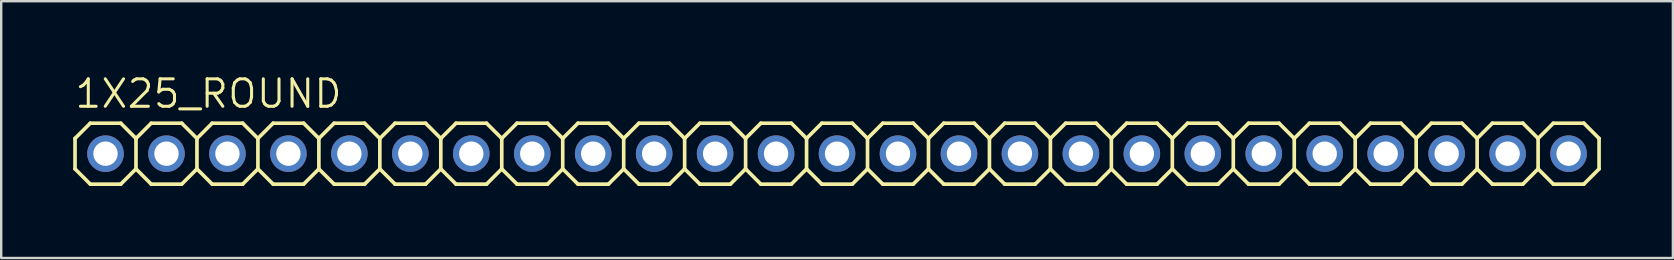
<source format=kicad_pcb>
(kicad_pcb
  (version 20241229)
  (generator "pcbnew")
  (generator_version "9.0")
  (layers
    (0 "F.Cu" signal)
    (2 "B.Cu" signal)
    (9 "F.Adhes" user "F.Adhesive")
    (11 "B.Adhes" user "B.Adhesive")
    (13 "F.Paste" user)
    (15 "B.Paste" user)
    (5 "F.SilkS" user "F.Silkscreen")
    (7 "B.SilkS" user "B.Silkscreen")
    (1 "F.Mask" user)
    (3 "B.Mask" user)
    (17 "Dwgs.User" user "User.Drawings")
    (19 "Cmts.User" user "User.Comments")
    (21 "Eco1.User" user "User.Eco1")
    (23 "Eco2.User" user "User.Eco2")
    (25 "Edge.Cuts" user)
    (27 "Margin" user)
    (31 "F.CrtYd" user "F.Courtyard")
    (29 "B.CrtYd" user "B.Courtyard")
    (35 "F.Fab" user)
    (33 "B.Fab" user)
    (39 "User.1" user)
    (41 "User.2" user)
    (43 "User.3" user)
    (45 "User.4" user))
  (footprint "1X25_ROUND"
    (layer "F.Cu")
    (at 30.556 3.353)
    (property "Reference" "1X25_ROUND" (at -30.556 -1.829 0) (layer "F.SilkS") (effects (font (size 1.143 1.143) (thickness 0.127)) (justify left bottom)))
    (fp_line (start -30.48 -0.635) (end -30.48 0.635) (stroke (width 0.152) (type solid)) (layer "F.SilkS"))
    (fp_line (start -30.48 0.635) (end -29.845 1.27) (stroke (width 0.152) (type solid)) (layer "F.SilkS"))
    (fp_line (start -29.845 -1.27) (end -30.48 -0.635) (stroke (width 0.152) (type solid)) (layer "F.SilkS"))
    (fp_line (start -29.845 -1.27) (end -28.575 -1.27) (stroke (width 0.152) (type solid)) (layer "F.SilkS"))
    (fp_line (start -28.575 -1.27) (end -27.94 -0.635) (stroke (width 0.152) (type solid)) (layer "F.SilkS"))
    (fp_line (start -28.575 1.27) (end -29.845 1.27) (stroke (width 0.152) (type solid)) (layer "F.SilkS"))
    (fp_line (start -27.94 -0.635) (end -27.94 0.635) (stroke (width 0.152) (type solid)) (layer "F.SilkS"))
    (fp_line (start -27.94 -0.635) (end -27.305 -1.27) (stroke (width 0.152) (type solid)) (layer "F.SilkS"))
    (fp_line (start -27.94 0.635) (end -28.575 1.27) (stroke (width 0.152) (type solid)) (layer "F.SilkS"))
    (fp_line (start -27.305 -1.27) (end -26.035 -1.27) (stroke (width 0.152) (type solid)) (layer "F.SilkS"))
    (fp_line (start -27.305 1.27) (end -27.94 0.635) (stroke (width 0.152) (type solid)) (layer "F.SilkS"))
    (fp_line (start -26.035 -1.27) (end -25.4 -0.635) (stroke (width 0.152) (type solid)) (layer "F.SilkS"))
    (fp_line (start -26.035 1.27) (end -27.305 1.27) (stroke (width 0.152) (type solid)) (layer "F.SilkS"))
    (fp_line (start -25.4 -0.635) (end -25.4 0.635) (stroke (width 0.152) (type solid)) (layer "F.SilkS"))
    (fp_line (start -25.4 -0.635) (end -24.765 -1.27) (stroke (width 0.152) (type solid)) (layer "F.SilkS"))
    (fp_line (start -25.4 0.635) (end -26.035 1.27) (stroke (width 0.152) (type solid)) (layer "F.SilkS"))
    (fp_line (start -24.765 -1.27) (end -23.495 -1.27) (stroke (width 0.152) (type solid)) (layer "F.SilkS"))
    (fp_line (start -24.765 1.27) (end -25.4 0.635) (stroke (width 0.152) (type solid)) (layer "F.SilkS"))
    (fp_line (start -23.495 -1.27) (end -22.86 -0.635) (stroke (width 0.152) (type solid)) (layer "F.SilkS"))
    (fp_line (start -23.495 1.27) (end -24.765 1.27) (stroke (width 0.152) (type solid)) (layer "F.SilkS"))
    (fp_line (start -22.86 -0.635) (end -22.86 0.635) (stroke (width 0.152) (type solid)) (layer "F.SilkS"))
    (fp_line (start -22.86 0.635) (end -23.495 1.27) (stroke (width 0.152) (type solid)) (layer "F.SilkS"))
    (fp_line (start -22.86 0.635) (end -22.225 1.27) (stroke (width 0.152) (type solid)) (layer "F.SilkS"))
    (fp_line (start -22.225 -1.27) (end -22.86 -0.635) (stroke (width 0.152) (type solid)) (layer "F.SilkS"))
    (fp_line (start -22.225 -1.27) (end -20.955 -1.27) (stroke (width 0.152) (type solid)) (layer "F.SilkS"))
    (fp_line (start -20.955 -1.27) (end -20.32 -0.635) (stroke (width 0.152) (type solid)) (layer "F.SilkS"))
    (fp_line (start -20.955 1.27) (end -22.225 1.27) (stroke (width 0.152) (type solid)) (layer "F.SilkS"))
    (fp_line (start -20.32 -0.635) (end -20.32 0.635) (stroke (width 0.152) (type solid)) (layer "F.SilkS"))
    (fp_line (start -20.32 -0.635) (end -19.685 -1.27) (stroke (width 0.152) (type solid)) (layer "F.SilkS"))
    (fp_line (start -20.32 0.635) (end -20.955 1.27) (stroke (width 0.152) (type solid)) (layer "F.SilkS"))
    (fp_line (start -19.685 -1.27) (end -18.415 -1.27) (stroke (width 0.152) (type solid)) (layer "F.SilkS"))
    (fp_line (start -19.685 1.27) (end -20.32 0.635) (stroke (width 0.152) (type solid)) (layer "F.SilkS"))
    (fp_line (start -18.415 -1.27) (end -17.78 -0.635) (stroke (width 0.152) (type solid)) (layer "F.SilkS"))
    (fp_line (start -18.415 1.27) (end -19.685 1.27) (stroke (width 0.152) (type solid)) (layer "F.SilkS"))
    (fp_line (start -17.78 -0.635) (end -17.78 0.635) (stroke (width 0.152) (type solid)) (layer "F.SilkS"))
    (fp_line (start -17.78 -0.635) (end -17.145 -1.27) (stroke (width 0.152) (type solid)) (layer "F.SilkS"))
    (fp_line (start -17.78 0.635) (end -18.415 1.27) (stroke (width 0.152) (type solid)) (layer "F.SilkS"))
    (fp_line (start -17.145 -1.27) (end -15.875 -1.27) (stroke (width 0.152) (type solid)) (layer "F.SilkS"))
    (fp_line (start -17.145 1.27) (end -17.78 0.635) (stroke (width 0.152) (type solid)) (layer "F.SilkS"))
    (fp_line (start -15.875 -1.27) (end -15.24 -0.635) (stroke (width 0.152) (type solid)) (layer "F.SilkS"))
    (fp_line (start -15.875 1.27) (end -17.145 1.27) (stroke (width 0.152) (type solid)) (layer "F.SilkS"))
    (fp_line (start -15.24 -0.635) (end -15.24 0.635) (stroke (width 0.152) (type solid)) (layer "F.SilkS"))
    (fp_line (start -15.24 0.635) (end -15.875 1.27) (stroke (width 0.152) (type solid)) (layer "F.SilkS"))
    (fp_line (start -15.24 0.635) (end -14.605 1.27) (stroke (width 0.152) (type solid)) (layer "F.SilkS"))
    (fp_line (start -14.605 -1.27) (end -15.24 -0.635) (stroke (width 0.152) (type solid)) (layer "F.SilkS"))
    (fp_line (start -14.605 -1.27) (end -13.335 -1.27) (stroke (width 0.152) (type solid)) (layer "F.SilkS"))
    (fp_line (start -13.335 -1.27) (end -12.7 -0.635) (stroke (width 0.152) (type solid)) (layer "F.SilkS"))
    (fp_line (start -13.335 1.27) (end -14.605 1.27) (stroke (width 0.152) (type solid)) (layer "F.SilkS"))
    (fp_line (start -12.7 -0.635) (end -12.7 0.635) (stroke (width 0.152) (type solid)) (layer "F.SilkS"))
    (fp_line (start -12.7 -0.635) (end -12.065 -1.27) (stroke (width 0.152) (type solid)) (layer "F.SilkS"))
    (fp_line (start -12.7 0.635) (end -13.335 1.27) (stroke (width 0.152) (type solid)) (layer "F.SilkS"))
    (fp_line (start -12.065 -1.27) (end -10.795 -1.27) (stroke (width 0.152) (type solid)) (layer "F.SilkS"))
    (fp_line (start -12.065 1.27) (end -12.7 0.635) (stroke (width 0.152) (type solid)) (layer "F.SilkS"))
    (fp_line (start -10.795 -1.27) (end -10.16 -0.635) (stroke (width 0.152) (type solid)) (layer "F.SilkS"))
    (fp_line (start -10.795 1.27) (end -12.065 1.27) (stroke (width 0.152) (type solid)) (layer "F.SilkS"))
    (fp_line (start -10.16 -0.635) (end -10.16 0.635) (stroke (width 0.152) (type solid)) (layer "F.SilkS"))
    (fp_line (start -10.16 -0.635) (end -9.525 -1.27) (stroke (width 0.152) (type solid)) (layer "F.SilkS"))
    (fp_line (start -10.16 0.635) (end -10.795 1.27) (stroke (width 0.152) (type solid)) (layer "F.SilkS"))
    (fp_line (start -9.525 -1.27) (end -8.255 -1.27) (stroke (width 0.152) (type solid)) (layer "F.SilkS"))
    (fp_line (start -9.525 1.27) (end -10.16 0.635) (stroke (width 0.152) (type solid)) (layer "F.SilkS"))
    (fp_line (start -8.255 -1.27) (end -7.62 -0.635) (stroke (width 0.152) (type solid)) (layer "F.SilkS"))
    (fp_line (start -8.255 1.27) (end -9.525 1.27) (stroke (width 0.152) (type solid)) (layer "F.SilkS"))
    (fp_line (start -7.62 -0.635) (end -7.62 0.635) (stroke (width 0.152) (type solid)) (layer "F.SilkS"))
    (fp_line (start -7.62 0.635) (end -8.255 1.27) (stroke (width 0.152) (type solid)) (layer "F.SilkS"))
    (fp_line (start -7.62 0.635) (end -6.985 1.27) (stroke (width 0.152) (type solid)) (layer "F.SilkS"))
    (fp_line (start -6.985 -1.27) (end -7.62 -0.635) (stroke (width 0.152) (type solid)) (layer "F.SilkS"))
    (fp_line (start -6.985 -1.27) (end -5.715 -1.27) (stroke (width 0.152) (type solid)) (layer "F.SilkS"))
    (fp_line (start -5.715 -1.27) (end -5.08 -0.635) (stroke (width 0.152) (type solid)) (layer "F.SilkS"))
    (fp_line (start -5.715 1.27) (end -6.985 1.27) (stroke (width 0.152) (type solid)) (layer "F.SilkS"))
    (fp_line (start -5.08 -0.635) (end -5.08 0.635) (stroke (width 0.152) (type solid)) (layer "F.SilkS"))
    (fp_line (start -5.08 -0.635) (end -4.445 -1.27) (stroke (width 0.152) (type solid)) (layer "F.SilkS"))
    (fp_line (start -5.08 0.635) (end -5.715 1.27) (stroke (width 0.152) (type solid)) (layer "F.SilkS"))
    (fp_line (start -4.445 -1.27) (end -3.175 -1.27) (stroke (width 0.152) (type solid)) (layer "F.SilkS"))
    (fp_line (start -4.445 1.27) (end -5.08 0.635) (stroke (width 0.152) (type solid)) (layer "F.SilkS"))
    (fp_line (start -3.175 -1.27) (end -2.54 -0.635) (stroke (width 0.152) (type solid)) (layer "F.SilkS"))
    (fp_line (start -3.175 1.27) (end -4.445 1.27) (stroke (width 0.152) (type solid)) (layer "F.SilkS"))
    (fp_line (start -2.54 -0.635) (end -2.54 0.635) (stroke (width 0.152) (type solid)) (layer "F.SilkS"))
    (fp_line (start -2.54 -0.635) (end -1.905 -1.27) (stroke (width 0.152) (type solid)) (layer "F.SilkS"))
    (fp_line (start -2.54 0.635) (end -3.175 1.27) (stroke (width 0.152) (type solid)) (layer "F.SilkS"))
    (fp_line (start -1.905 -1.27) (end -0.635 -1.27) (stroke (width 0.152) (type solid)) (layer "F.SilkS"))
    (fp_line (start -1.905 1.27) (end -2.54 0.635) (stroke (width 0.152) (type solid)) (layer "F.SilkS"))
    (fp_line (start -0.635 -1.27) (end 0 -0.635) (stroke (width 0.152) (type solid)) (layer "F.SilkS"))
    (fp_line (start -0.635 1.27) (end -1.905 1.27) (stroke (width 0.152) (type solid)) (layer "F.SilkS"))
    (fp_line (start 0 -0.635) (end 0 0.635) (stroke (width 0.152) (type solid)) (layer "F.SilkS"))
    (fp_line (start 0 0.635) (end -0.635 1.27) (stroke (width 0.152) (type solid)) (layer "F.SilkS"))
    (fp_line (start 0 0.635) (end 0.635 1.27) (stroke (width 0.152) (type solid)) (layer "F.SilkS"))
    (fp_line (start 0.635 -1.27) (end 0 -0.635) (stroke (width 0.152) (type solid)) (layer "F.SilkS"))
    (fp_line (start 0.635 -1.27) (end 1.905 -1.27) (stroke (width 0.152) (type solid)) (layer "F.SilkS"))
    (fp_line (start 1.905 -1.27) (end 2.54 -0.635) (stroke (width 0.152) (type solid)) (layer "F.SilkS"))
    (fp_line (start 1.905 1.27) (end 0.635 1.27) (stroke (width 0.152) (type solid)) (layer "F.SilkS"))
    (fp_line (start 2.54 -0.635) (end 2.54 0.635) (stroke (width 0.152) (type solid)) (layer "F.SilkS"))
    (fp_line (start 2.54 -0.635) (end 3.175 -1.27) (stroke (width 0.152) (type solid)) (layer "F.SilkS"))
    (fp_line (start 2.54 0.635) (end 1.905 1.27) (stroke (width 0.152) (type solid)) (layer "F.SilkS"))
    (fp_line (start 3.175 -1.27) (end 4.445 -1.27) (stroke (width 0.152) (type solid)) (layer "F.SilkS"))
    (fp_line (start 3.175 1.27) (end 2.54 0.635) (stroke (width 0.152) (type solid)) (layer "F.SilkS"))
    (fp_line (start 4.445 -1.27) (end 5.08 -0.635) (stroke (width 0.152) (type solid)) (layer "F.SilkS"))
    (fp_line (start 4.445 1.27) (end 3.175 1.27) (stroke (width 0.152) (type solid)) (layer "F.SilkS"))
    (fp_line (start 5.08 -0.635) (end 5.08 0.635) (stroke (width 0.152) (type solid)) (layer "F.SilkS"))
    (fp_line (start 5.08 -0.635) (end 5.715 -1.27) (stroke (width 0.152) (type solid)) (layer "F.SilkS"))
    (fp_line (start 5.08 0.635) (end 4.445 1.27) (stroke (width 0.152) (type solid)) (layer "F.SilkS"))
    (fp_line (start 5.715 -1.27) (end 6.985 -1.27) (stroke (width 0.152) (type solid)) (layer "F.SilkS"))
    (fp_line (start 5.715 1.27) (end 5.08 0.635) (stroke (width 0.152) (type solid)) (layer "F.SilkS"))
    (fp_line (start 6.985 -1.27) (end 7.62 -0.635) (stroke (width 0.152) (type solid)) (layer "F.SilkS"))
    (fp_line (start 6.985 1.27) (end 5.715 1.27) (stroke (width 0.152) (type solid)) (layer "F.SilkS"))
    (fp_line (start 7.62 -0.635) (end 7.62 0.635) (stroke (width 0.152) (type solid)) (layer "F.SilkS"))
    (fp_line (start 7.62 0.635) (end 6.985 1.27) (stroke (width 0.152) (type solid)) (layer "F.SilkS"))
    (fp_line (start 7.62 0.635) (end 8.255 1.27) (stroke (width 0.152) (type solid)) (layer "F.SilkS"))
    (fp_line (start 8.255 -1.27) (end 7.62 -0.635) (stroke (width 0.152) (type solid)) (layer "F.SilkS"))
    (fp_line (start 8.255 -1.27) (end 9.525 -1.27) (stroke (width 0.152) (type solid)) (layer "F.SilkS"))
    (fp_line (start 9.525 -1.27) (end 10.16 -0.635) (stroke (width 0.152) (type solid)) (layer "F.SilkS"))
    (fp_line (start 9.525 1.27) (end 8.255 1.27) (stroke (width 0.152) (type solid)) (layer "F.SilkS"))
    (fp_line (start 10.16 -0.635) (end 10.16 0.635) (stroke (width 0.152) (type solid)) (layer "F.SilkS"))
    (fp_line (start 10.16 -0.635) (end 10.795 -1.27) (stroke (width 0.152) (type solid)) (layer "F.SilkS"))
    (fp_line (start 10.16 0.635) (end 9.525 1.27) (stroke (width 0.152) (type solid)) (layer "F.SilkS"))
    (fp_line (start 10.795 -1.27) (end 12.065 -1.27) (stroke (width 0.152) (type solid)) (layer "F.SilkS"))
    (fp_line (start 10.795 1.27) (end 10.16 0.635) (stroke (width 0.152) (type solid)) (layer "F.SilkS"))
    (fp_line (start 12.065 -1.27) (end 12.7 -0.635) (stroke (width 0.152) (type solid)) (layer "F.SilkS"))
    (fp_line (start 12.065 1.27) (end 10.795 1.27) (stroke (width 0.152) (type solid)) (layer "F.SilkS"))
    (fp_line (start 12.7 -0.635) (end 12.7 0.635) (stroke (width 0.152) (type solid)) (layer "F.SilkS"))
    (fp_line (start 12.7 -0.635) (end 13.335 -1.27) (stroke (width 0.152) (type solid)) (layer "F.SilkS"))
    (fp_line (start 12.7 0.635) (end 12.065 1.27) (stroke (width 0.152) (type solid)) (layer "F.SilkS"))
    (fp_line (start 13.335 -1.27) (end 14.605 -1.27) (stroke (width 0.152) (type solid)) (layer "F.SilkS"))
    (fp_line (start 13.335 1.27) (end 12.7 0.635) (stroke (width 0.152) (type solid)) (layer "F.SilkS"))
    (fp_line (start 14.605 -1.27) (end 15.24 -0.635) (stroke (width 0.152) (type solid)) (layer "F.SilkS"))
    (fp_line (start 14.605 1.27) (end 13.335 1.27) (stroke (width 0.152) (type solid)) (layer "F.SilkS"))
    (fp_line (start 15.24 -0.635) (end 15.24 0.635) (stroke (width 0.152) (type solid)) (layer "F.SilkS"))
    (fp_line (start 15.24 0.635) (end 14.605 1.27) (stroke (width 0.152) (type solid)) (layer "F.SilkS"))
    (fp_line (start 15.24 0.635) (end 15.875 1.27) (stroke (width 0.152) (type solid)) (layer "F.SilkS"))
    (fp_line (start 15.875 -1.27) (end 15.24 -0.635) (stroke (width 0.152) (type solid)) (layer "F.SilkS"))
    (fp_line (start 15.875 -1.27) (end 17.145 -1.27) (stroke (width 0.152) (type solid)) (layer "F.SilkS"))
    (fp_line (start 17.145 -1.27) (end 17.78 -0.635) (stroke (width 0.152) (type solid)) (layer "F.SilkS"))
    (fp_line (start 17.145 1.27) (end 15.875 1.27) (stroke (width 0.152) (type solid)) (layer "F.SilkS"))
    (fp_line (start 17.78 -0.635) (end 17.78 0.635) (stroke (width 0.152) (type solid)) (layer "F.SilkS"))
    (fp_line (start 17.78 0.635) (end 17.145 1.27) (stroke (width 0.152) (type solid)) (layer "F.SilkS"))
    (fp_line (start 17.78 0.635) (end 18.415 1.27) (stroke (width 0.152) (type solid)) (layer "F.SilkS"))
    (fp_line (start 18.415 -1.27) (end 17.78 -0.635) (stroke (width 0.152) (type solid)) (layer "F.SilkS"))
    (fp_line (start 18.415 -1.27) (end 19.685 -1.27) (stroke (width 0.152) (type solid)) (layer "F.SilkS"))
    (fp_line (start 19.685 -1.27) (end 20.32 -0.635) (stroke (width 0.152) (type solid)) (layer "F.SilkS"))
    (fp_line (start 19.685 1.27) (end 18.415 1.27) (stroke (width 0.152) (type solid)) (layer "F.SilkS"))
    (fp_line (start 20.32 -0.635) (end 20.32 0.635) (stroke (width 0.152) (type solid)) (layer "F.SilkS"))
    (fp_line (start 20.32 0.635) (end 19.685 1.27) (stroke (width 0.152) (type solid)) (layer "F.SilkS"))
    (fp_line (start 20.32 0.635) (end 20.955 1.27) (stroke (width 0.152) (type solid)) (layer "F.SilkS"))
    (fp_line (start 20.955 -1.27) (end 20.32 -0.635) (stroke (width 0.152) (type solid)) (layer "F.SilkS"))
    (fp_line (start 20.955 -1.27) (end 22.225 -1.27) (stroke (width 0.152) (type solid)) (layer "F.SilkS"))
    (fp_line (start 22.225 -1.27) (end 22.86 -0.635) (stroke (width 0.152) (type solid)) (layer "F.SilkS"))
    (fp_line (start 22.225 1.27) (end 20.955 1.27) (stroke (width 0.152) (type solid)) (layer "F.SilkS"))
    (fp_line (start 22.86 -0.635) (end 22.86 0.635) (stroke (width 0.152) (type solid)) (layer "F.SilkS"))
    (fp_line (start 22.86 0.635) (end 22.225 1.27) (stroke (width 0.152) (type solid)) (layer "F.SilkS"))
    (fp_line (start 22.86 0.635) (end 23.495 1.27) (stroke (width 0.152) (type solid)) (layer "F.SilkS"))
    (fp_line (start 23.495 -1.27) (end 22.86 -0.635) (stroke (width 0.152) (type solid)) (layer "F.SilkS"))
    (fp_line (start 23.495 -1.27) (end 24.765 -1.27) (stroke (width 0.152) (type solid)) (layer "F.SilkS"))
    (fp_line (start 24.765 -1.27) (end 25.4 -0.635) (stroke (width 0.152) (type solid)) (layer "F.SilkS"))
    (fp_line (start 24.765 1.27) (end 23.495 1.27) (stroke (width 0.152) (type solid)) (layer "F.SilkS"))
    (fp_line (start 25.4 -0.635) (end 25.4 0.635) (stroke (width 0.152) (type solid)) (layer "F.SilkS"))
    (fp_line (start 25.4 0.635) (end 24.765 1.27) (stroke (width 0.152) (type solid)) (layer "F.SilkS"))
    (fp_line (start 25.4 0.635) (end 26.035 1.27) (stroke (width 0.152) (type solid)) (layer "F.SilkS"))
    (fp_line (start 26.035 -1.27) (end 25.4 -0.635) (stroke (width 0.152) (type solid)) (layer "F.SilkS"))
    (fp_line (start 26.035 -1.27) (end 27.305 -1.27) (stroke (width 0.152) (type solid)) (layer "F.SilkS"))
    (fp_line (start 27.305 -1.27) (end 27.94 -0.635) (stroke (width 0.152) (type solid)) (layer "F.SilkS"))
    (fp_line (start 27.305 1.27) (end 26.035 1.27) (stroke (width 0.152) (type solid)) (layer "F.SilkS"))
    (fp_line (start 27.94 -0.635) (end 27.94 0.635) (stroke (width 0.152) (type solid)) (layer "F.SilkS"))
    (fp_line (start 27.94 0.635) (end 27.305 1.27) (stroke (width 0.152) (type solid)) (layer "F.SilkS"))
    (fp_line (start 27.94 0.635) (end 28.575 1.27) (stroke (width 0.152) (type solid)) (layer "F.SilkS"))
    (fp_line (start 28.575 -1.27) (end 27.94 -0.635) (stroke (width 0.152) (type solid)) (layer "F.SilkS"))
    (fp_line (start 28.575 -1.27) (end 29.845 -1.27) (stroke (width 0.152) (type solid)) (layer "F.SilkS"))
    (fp_line (start 29.845 -1.27) (end 30.48 -0.635) (stroke (width 0.152) (type solid)) (layer "F.SilkS"))
    (fp_line (start 29.845 1.27) (end 28.575 1.27) (stroke (width 0.152) (type solid)) (layer "F.SilkS"))
    (fp_line (start 30.48 -0.635) (end 30.48 0.635) (stroke (width 0.152) (type solid)) (layer "F.SilkS"))
    (fp_line (start 30.48 0.635) (end 29.845 1.27) (stroke (width 0.152) (type solid)) (layer "F.SilkS"))
    (fp_line (start 30.48 0.635) (end 31.115 1.27) (stroke (width 0.152) (type solid)) (layer "F.SilkS"))
    (fp_line (start 31.115 -1.27) (end 30.48 -0.635) (stroke (width 0.152) (type solid)) (layer "F.SilkS"))
    (fp_line (start 31.115 -1.27) (end 32.385 -1.27) (stroke (width 0.152) (type solid)) (layer "F.SilkS"))
    (fp_line (start 32.385 -1.27) (end 33.02 -0.635) (stroke (width 0.152) (type solid)) (layer "F.SilkS"))
    (fp_line (start 32.385 1.27) (end 31.115 1.27) (stroke (width 0.152) (type solid)) (layer "F.SilkS"))
    (fp_line (start 33.02 -0.635) (end 33.02 0.635) (stroke (width 0.152) (type solid)) (layer "F.SilkS"))
    (fp_line (start 33.02 0.635) (end 32.385 1.27) (stroke (width 0.152) (type solid)) (layer "F.SilkS"))
    (fp_poly (pts (xy -29.464 0.254) (xy -28.956 0.254) (xy -28.956 -0.254) (xy -29.464 -0.254)) (stroke (width 0.1) (type solid)) (fill no) (layer "F.Fab"))
    (fp_poly (pts (xy -26.924 0.254) (xy -26.416 0.254) (xy -26.416 -0.254) (xy -26.924 -0.254)) (stroke (width 0.1) (type solid)) (fill no) (layer "F.Fab"))
    (fp_poly (pts (xy -24.384 0.254) (xy -23.876 0.254) (xy -23.876 -0.254) (xy -24.384 -0.254)) (stroke (width 0.1) (type solid)) (fill no) (layer "F.Fab"))
    (fp_poly (pts (xy -21.844 0.254) (xy -21.336 0.254) (xy -21.336 -0.254) (xy -21.844 -0.254)) (stroke (width 0.1) (type solid)) (fill no) (layer "F.Fab"))
    (fp_poly (pts (xy -19.304 0.254) (xy -18.796 0.254) (xy -18.796 -0.254) (xy -19.304 -0.254)) (stroke (width 0.1) (type solid)) (fill no) (layer "F.Fab"))
    (fp_poly (pts (xy -16.764 0.254) (xy -16.256 0.254) (xy -16.256 -0.254) (xy -16.764 -0.254)) (stroke (width 0.1) (type solid)) (fill no) (layer "F.Fab"))
    (fp_poly (pts (xy -14.224 0.254) (xy -13.716 0.254) (xy -13.716 -0.254) (xy -14.224 -0.254)) (stroke (width 0.1) (type solid)) (fill no) (layer "F.Fab"))
    (fp_poly (pts (xy -11.684 0.254) (xy -11.176 0.254) (xy -11.176 -0.254) (xy -11.684 -0.254)) (stroke (width 0.1) (type solid)) (fill no) (layer "F.Fab"))
    (fp_poly (pts (xy -9.144 0.254) (xy -8.636 0.254) (xy -8.636 -0.254) (xy -9.144 -0.254)) (stroke (width 0.1) (type solid)) (fill no) (layer "F.Fab"))
    (fp_poly (pts (xy -6.604 0.254) (xy -6.096 0.254) (xy -6.096 -0.254) (xy -6.604 -0.254)) (stroke (width 0.1) (type solid)) (fill no) (layer "F.Fab"))
    (fp_poly (pts (xy -4.064 0.254) (xy -3.556 0.254) (xy -3.556 -0.254) (xy -4.064 -0.254)) (stroke (width 0.1) (type solid)) (fill no) (layer "F.Fab"))
    (fp_poly (pts (xy -1.524 0.254) (xy -1.016 0.254) (xy -1.016 -0.254) (xy -1.524 -0.254)) (stroke (width 0.1) (type solid)) (fill no) (layer "F.Fab"))
    (fp_poly (pts (xy 1.016 0.254) (xy 1.524 0.254) (xy 1.524 -0.254) (xy 1.016 -0.254)) (stroke (width 0.1) (type solid)) (fill no) (layer "F.Fab"))
    (fp_poly (pts (xy 3.556 0.254) (xy 4.064 0.254) (xy 4.064 -0.254) (xy 3.556 -0.254)) (stroke (width 0.1) (type solid)) (fill no) (layer "F.Fab"))
    (fp_poly (pts (xy 6.096 0.254) (xy 6.604 0.254) (xy 6.604 -0.254) (xy 6.096 -0.254)) (stroke (width 0.1) (type solid)) (fill no) (layer "F.Fab"))
    (fp_poly (pts (xy 8.636 0.254) (xy 9.144 0.254) (xy 9.144 -0.254) (xy 8.636 -0.254)) (stroke (width 0.1) (type solid)) (fill no) (layer "F.Fab"))
    (fp_poly (pts (xy 11.176 0.254) (xy 11.684 0.254) (xy 11.684 -0.254) (xy 11.176 -0.254)) (stroke (width 0.1) (type solid)) (fill no) (layer "F.Fab"))
    (fp_poly (pts (xy 13.716 0.254) (xy 14.224 0.254) (xy 14.224 -0.254) (xy 13.716 -0.254)) (stroke (width 0.1) (type solid)) (fill no) (layer "F.Fab"))
    (fp_poly (pts (xy 16.256 0.254) (xy 16.764 0.254) (xy 16.764 -0.254) (xy 16.256 -0.254)) (stroke (width 0.1) (type solid)) (fill no) (layer "F.Fab"))
    (fp_poly (pts (xy 18.796 0.254) (xy 19.304 0.254) (xy 19.304 -0.254) (xy 18.796 -0.254)) (stroke (width 0.1) (type solid)) (fill no) (layer "F.Fab"))
    (fp_poly (pts (xy 21.336 0.254) (xy 21.844 0.254) (xy 21.844 -0.254) (xy 21.336 -0.254)) (stroke (width 0.1) (type solid)) (fill no) (layer "F.Fab"))
    (fp_poly (pts (xy 23.876 0.254) (xy 24.384 0.254) (xy 24.384 -0.254) (xy 23.876 -0.254)) (stroke (width 0.1) (type solid)) (fill no) (layer "F.Fab"))
    (fp_poly (pts (xy 26.416 0.254) (xy 26.924 0.254) (xy 26.924 -0.254) (xy 26.416 -0.254)) (stroke (width 0.1) (type solid)) (fill no) (layer "F.Fab"))
    (fp_poly (pts (xy 28.956 0.254) (xy 29.464 0.254) (xy 29.464 -0.254) (xy 28.956 -0.254)) (stroke (width 0.1) (type solid)) (fill no) (layer "F.Fab"))
    (fp_poly (pts (xy 31.496 0.254) (xy 32.004 0.254) (xy 32.004 -0.254) (xy 31.496 -0.254)) (stroke (width 0.1) (type solid)) (fill no) (layer "F.Fab"))
    (pad "1" thru_hole circle (at -29.21 0 90) (size 1.524 1.524) (drill 1.016) (layers "*.Cu" "*.Mask"))
    (pad "2" thru_hole circle (at -26.67 0 90) (size 1.524 1.524) (drill 1.016) (layers "*.Cu" "*.Mask"))
    (pad "3" thru_hole circle (at -24.13 0 90) (size 1.524 1.524) (drill 1.016) (layers "*.Cu" "*.Mask"))
    (pad "4" thru_hole circle (at -21.59 0 90) (size 1.524 1.524) (drill 1.016) (layers "*.Cu" "*.Mask"))
    (pad "5" thru_hole circle (at -19.05 0 90) (size 1.524 1.524) (drill 1.016) (layers "*.Cu" "*.Mask"))
    (pad "6" thru_hole circle (at -16.51 0 90) (size 1.524 1.524) (drill 1.016) (layers "*.Cu" "*.Mask"))
    (pad "7" thru_hole circle (at -13.97 0 90) (size 1.524 1.524) (drill 1.016) (layers "*.Cu" "*.Mask"))
    (pad "8" thru_hole circle (at -11.43 0 90) (size 1.524 1.524) (drill 1.016) (layers "*.Cu" "*.Mask"))
    (pad "9" thru_hole circle (at -8.89 0 90) (size 1.524 1.524) (drill 1.016) (layers "*.Cu" "*.Mask"))
    (pad "10" thru_hole circle (at -6.35 0 90) (size 1.524 1.524) (drill 1.016) (layers "*.Cu" "*.Mask"))
    (pad "11" thru_hole circle (at -3.81 0 90) (size 1.524 1.524) (drill 1.016) (layers "*.Cu" "*.Mask"))
    (pad "12" thru_hole circle (at -1.27 0 90) (size 1.524 1.524) (drill 1.016) (layers "*.Cu" "*.Mask"))
    (pad "13" thru_hole circle (at 1.27 0 90) (size 1.524 1.524) (drill 1.016) (layers "*.Cu" "*.Mask"))
    (pad "14" thru_hole circle (at 3.81 0 90) (size 1.524 1.524) (drill 1.016) (layers "*.Cu" "*.Mask"))
    (pad "15" thru_hole circle (at 6.35 0 90) (size 1.524 1.524) (drill 1.016) (layers "*.Cu" "*.Mask"))
    (pad "16" thru_hole circle (at 8.89 0 90) (size 1.524 1.524) (drill 1.016) (layers "*.Cu" "*.Mask"))
    (pad "17" thru_hole circle (at 11.43 0 90) (size 1.524 1.524) (drill 1.016) (layers "*.Cu" "*.Mask"))
    (pad "18" thru_hole circle (at 13.97 0 90) (size 1.524 1.524) (drill 1.016) (layers "*.Cu" "*.Mask"))
    (pad "19" thru_hole circle (at 16.51 0 90) (size 1.524 1.524) (drill 1.016) (layers "*.Cu" "*.Mask"))
    (pad "20" thru_hole circle (at 19.05 0 90) (size 1.524 1.524) (drill 1.016) (layers "*.Cu" "*.Mask"))
    (pad "21" thru_hole circle (at 21.59 0 90) (size 1.524 1.524) (drill 1.016) (layers "*.Cu" "*.Mask"))
    (pad "22" thru_hole circle (at 24.13 0 90) (size 1.524 1.524) (drill 1.016) (layers "*.Cu" "*.Mask"))
    (pad "23" thru_hole circle (at 26.67 0 90) (size 1.524 1.524) (drill 1.016) (layers "*.Cu" "*.Mask"))
    (pad "24" thru_hole circle (at 29.21 0 90) (size 1.524 1.524) (drill 1.016) (layers "*.Cu" "*.Mask"))
    (pad "25" thru_hole circle (at 31.75 0 90) (size 1.524 1.524) (drill 1.016) (layers "*.Cu" "*.Mask")))
  (gr_rect
    (start -3 -3)
    (end 66.652 7.699)
    (stroke (width 0.1) (type default))
    (fill no)
    (layer "Edge.Cuts")))
</source>
